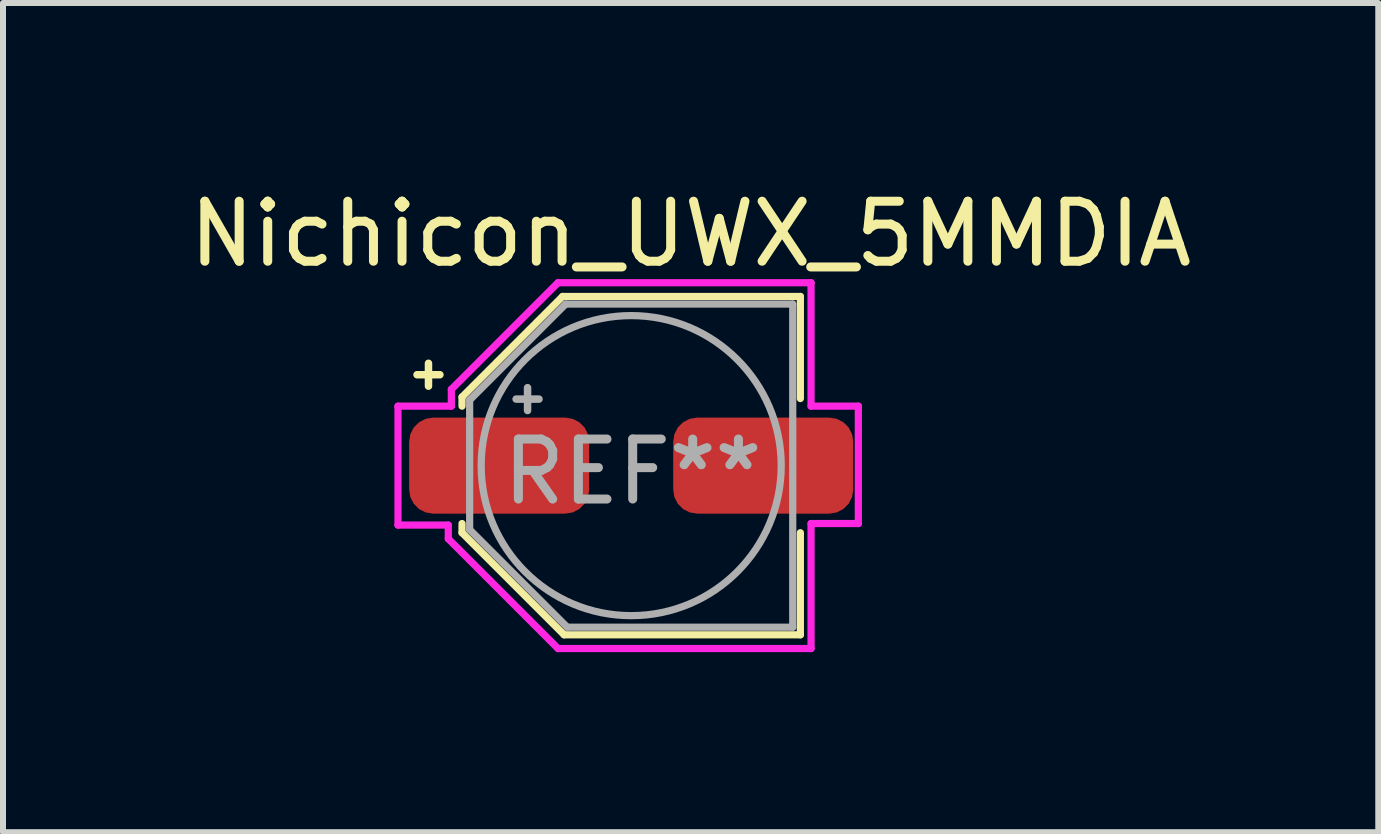
<source format=kicad_pcb>
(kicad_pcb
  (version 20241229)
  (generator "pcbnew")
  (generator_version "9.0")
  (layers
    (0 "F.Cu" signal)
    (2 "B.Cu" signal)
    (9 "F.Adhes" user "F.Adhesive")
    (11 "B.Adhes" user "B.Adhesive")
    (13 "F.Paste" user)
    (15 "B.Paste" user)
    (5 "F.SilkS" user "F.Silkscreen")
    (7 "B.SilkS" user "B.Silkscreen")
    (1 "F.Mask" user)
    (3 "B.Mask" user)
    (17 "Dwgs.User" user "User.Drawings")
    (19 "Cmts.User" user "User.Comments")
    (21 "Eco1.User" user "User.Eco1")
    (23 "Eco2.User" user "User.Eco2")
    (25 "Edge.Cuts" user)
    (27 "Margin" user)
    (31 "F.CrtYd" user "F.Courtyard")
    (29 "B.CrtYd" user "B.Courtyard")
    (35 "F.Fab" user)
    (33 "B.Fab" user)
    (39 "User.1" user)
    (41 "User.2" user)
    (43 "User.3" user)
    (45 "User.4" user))
  (footprint "Nichicon_UWX_5MMDIA"
    (layer "F.Cu")
    (at 7.468 4.709)
    (property "Reference" "Nichicon_UWX_5MMDIA" (at 0.991 -3.861 0) (layer "F.SilkS") (effects (font (size 1 1) (thickness 0.15))))
    (attr through_hole)
    (fp_line (start -2.819 -1.143) (end -1.143 -2.819) (stroke (width 0.12) (type solid)) (layer "F.SilkS"))
    (fp_line (start -2.819 -0.991) (end -2.819 -1.143) (stroke (width 0.12) (type solid)) (layer "F.SilkS"))
    (fp_line (start -2.819 1.118) (end -2.819 0.965) (stroke (width 0.12) (type solid)) (layer "F.SilkS"))
    (fp_line (start -1.143 -2.819) (end 2.819 -2.819) (stroke (width 0.12) (type solid)) (layer "F.SilkS"))
    (fp_line (start -1.118 2.819) (end -2.819 1.118) (stroke (width 0.12) (type solid)) (layer "F.SilkS"))
    (fp_line (start -1.118 2.819) (end 2.819 2.819) (stroke (width 0.12) (type solid)) (layer "F.SilkS"))
    (fp_line (start 2.819 -2.819) (end 2.819 -1.118) (stroke (width 0.12) (type solid)) (layer "F.SilkS"))
    (fp_line (start 2.819 1.118) (end 2.819 2.819) (stroke (width 0.12) (type solid)) (layer "F.SilkS"))
    (fp_line (start -3.886 -0.991) (end -2.997 -0.991) (stroke (width 0.12) (type solid)) (layer "F.CrtYd"))
    (fp_line (start -3.886 0.991) (end -3.886 -0.991) (stroke (width 0.12) (type solid)) (layer "F.CrtYd"))
    (fp_line (start -3.048 0.991) (end -3.886 0.991) (stroke (width 0.12) (type solid)) (layer "F.CrtYd"))
    (fp_line (start -3.048 1.219) (end -3.048 0.991) (stroke (width 0.12) (type solid)) (layer "F.CrtYd"))
    (fp_line (start -2.997 -1.27) (end -1.219 -3.048) (stroke (width 0.12) (type solid)) (layer "F.CrtYd"))
    (fp_line (start -2.997 -0.991) (end -2.997 -1.27) (stroke (width 0.12) (type solid)) (layer "F.CrtYd"))
    (fp_line (start -1.219 -3.048) (end 2.997 -3.048) (stroke (width 0.12) (type solid)) (layer "F.CrtYd"))
    (fp_line (start -1.219 3.048) (end -3.048 1.219) (stroke (width 0.12) (type solid)) (layer "F.CrtYd"))
    (fp_line (start 2.997 -3.048) (end 2.997 -0.991) (stroke (width 0.12) (type solid)) (layer "F.CrtYd"))
    (fp_line (start 2.997 -0.991) (end 3.785 -0.991) (stroke (width 0.12) (type solid)) (layer "F.CrtYd"))
    (fp_line (start 2.997 0.965) (end 2.997 3.048) (stroke (width 0.12) (type solid)) (layer "F.CrtYd"))
    (fp_line (start 2.997 3.048) (end -1.219 3.048) (stroke (width 0.12) (type solid)) (layer "F.CrtYd"))
    (fp_line (start 3.785 -0.991) (end 3.785 0.965) (stroke (width 0.12) (type solid)) (layer "F.CrtYd"))
    (fp_line (start 3.785 0.965) (end 2.997 0.965) (stroke (width 0.12) (type solid)) (layer "F.CrtYd"))
    (fp_line (start -2.692 -1.092) (end -2.692 1.067) (stroke (width 0.12) (type solid)) (layer "F.Fab"))
    (fp_line (start -2.692 -1.092) (end -1.092 -2.692) (stroke (width 0.12) (type solid)) (layer "F.Fab"))
    (fp_line (start -1.067 2.692) (end -2.692 1.067) (stroke (width 0.12) (type solid)) (layer "F.Fab"))
    (fp_line (start -1.067 2.692) (end 2.692 2.692) (stroke (width 0.12) (type solid)) (layer "F.Fab"))
    (fp_line (start 2.692 -2.692) (end -1.092 -2.692) (stroke (width 0.12) (type solid)) (layer "F.Fab"))
    (fp_line (start 2.692 2.692) (end 2.692 -2.692) (stroke (width 0.12) (type solid)) (layer "F.Fab"))
    (fp_circle (center 0 0) (end 2.5 0) (stroke (width 0.12) (type solid)) (fill no) (layer "F.Fab"))
    (fp_text user "+" (at -3.378 -1.549 0) (layer "F.SilkS") (effects (font (size 0.5 0.5) (thickness 0.125))))
    (fp_text user "+" (at -1.727 -1.143 0) (layer "F.Fab") (effects (font (size 0.5 0.5) (thickness 0.125))))
    (fp_text user "REF**" (at 0.025 0.102 0) (layer "F.Fab") (effects (font (size 1 1) (thickness 0.15))))
    (pad "1" smd roundrect (at -2.2 0) (size 3 1.6) (layers "F.Cu" "F.Mask" "F.Paste") (roundrect_rratio 0.25))
    (pad "2" smd roundrect (at 2.2 0) (size 3 1.6) (layers "F.Cu" "F.Mask" "F.Paste") (roundrect_rratio 0.25)))
  (gr_rect
    (start -3 -3)
    (end 19.917 10.817)
    (stroke (width 0.1) (type default))
    (fill no)
    (layer "Edge.Cuts")))
</source>
